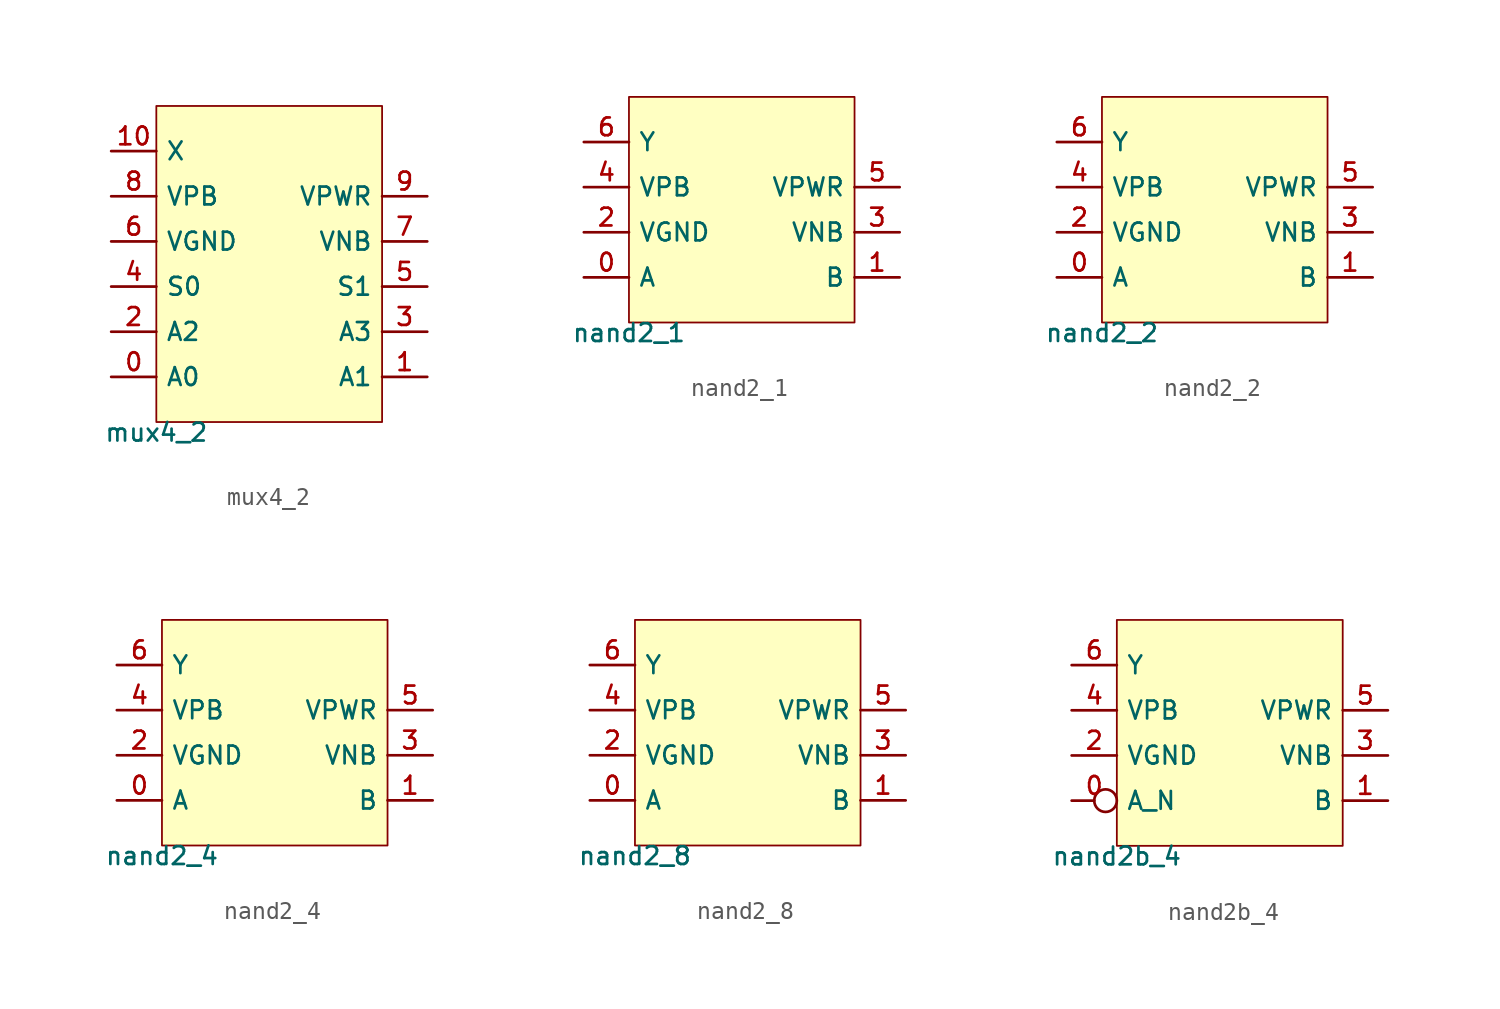
<source format=kicad_sym>
(kicad_symbol_lib
  (version 20211014)
  (generator pdk2kicad)
  (symbol "mux4_2"
    (property "Reference" "X"
      (at 0 0 0)
      (effects (font (size 1 1)) hide))
    (property "Value" "mux4_2"
      (at -6.35 -8.89 0)
      (effects (font (size 1 1)) (justify top)))
    (rectangle
      (start -6.35 -8.89)
      (end 6.35 8.89)
      (stroke (width 0.1) (type solid) (color 0 0 0 0))
      (fill (type background)))
    (pin bidirectional line
      (at -8.89 -6.35 0)
      (length 2.54)
      (name "A0" (effects (font (size 1 1)) hide))
      (number "0" (effects (font (size 1 1)) hide)))
    (pin bidirectional line
      (at 8.89 -6.35 180)
      (length 2.54)
      (name "A1" (effects (font (size 1 1)) hide))
      (number "1" (effects (font (size 1 1)) hide)))
    (pin bidirectional line
      (at -8.89 -3.81 0)
      (length 2.54)
      (name "A2" (effects (font (size 1 1)) hide))
      (number "2" (effects (font (size 1 1)) hide)))
    (pin bidirectional line
      (at 8.89 -3.81 180)
      (length 2.54)
      (name "A3" (effects (font (size 1 1)) hide))
      (number "3" (effects (font (size 1 1)) hide)))
    (pin bidirectional line
      (at -8.89 -1.27 0)
      (length 2.54)
      (name "S0" (effects (font (size 1 1)) hide))
      (number "4" (effects (font (size 1 1)) hide)))
    (pin bidirectional line
      (at 8.89 -1.27 180)
      (length 2.54)
      (name "S1" (effects (font (size 1 1)) hide))
      (number "5" (effects (font (size 1 1)) hide)))
    (pin bidirectional line
      (at -8.89 1.27 0)
      (length 2.54)
      (name "VGND" (effects (font (size 1 1)) hide))
      (number "6" (effects (font (size 1 1)) hide)))
    (pin bidirectional line
      (at 8.89 1.27 180)
      (length 2.54)
      (name "VNB" (effects (font (size 1 1)) hide))
      (number "7" (effects (font (size 1 1)) hide)))
    (pin bidirectional line
      (at -8.89 3.81 0)
      (length 2.54)
      (name "VPB" (effects (font (size 1 1)) hide))
      (number "8" (effects (font (size 1 1)) hide)))
    (pin bidirectional line
      (at 8.89 3.81 180)
      (length 2.54)
      (name "VPWR" (effects (font (size 1 1)) hide))
      (number "9" (effects (font (size 1 1)) hide)))
    (pin bidirectional line
      (at -8.89 6.35 0)
      (length 2.54)
      (name "X" (effects (font (size 1 1)) hide))
      (number "10" (effects (font (size 1 1)) hide))))
  (symbol "nand2_1"
    (property "Reference" "X"
      (at 0 0 0)
      (effects (font (size 1 1)) hide))
    (property "Value" "nand2_1"
      (at -6.35 -6.35 0)
      (effects (font (size 1 1)) (justify top)))
    (rectangle
      (start -6.35 -6.35)
      (end 6.35 6.35)
      (stroke (width 0.1) (type solid) (color 0 0 0 0))
      (fill (type background)))
    (pin bidirectional line
      (at -8.89 -3.81 0)
      (length 2.54)
      (name "A" (effects (font (size 1 1)) hide))
      (number "0" (effects (font (size 1 1)) hide)))
    (pin bidirectional line
      (at 8.89 -3.81 180)
      (length 2.54)
      (name "B" (effects (font (size 1 1)) hide))
      (number "1" (effects (font (size 1 1)) hide)))
    (pin bidirectional line
      (at -8.89 -1.27 0)
      (length 2.54)
      (name "VGND" (effects (font (size 1 1)) hide))
      (number "2" (effects (font (size 1 1)) hide)))
    (pin bidirectional line
      (at 8.89 -1.27 180)
      (length 2.54)
      (name "VNB" (effects (font (size 1 1)) hide))
      (number "3" (effects (font (size 1 1)) hide)))
    (pin bidirectional line
      (at -8.89 1.27 0)
      (length 2.54)
      (name "VPB" (effects (font (size 1 1)) hide))
      (number "4" (effects (font (size 1 1)) hide)))
    (pin bidirectional line
      (at 8.89 1.27 180)
      (length 2.54)
      (name "VPWR" (effects (font (size 1 1)) hide))
      (number "5" (effects (font (size 1 1)) hide)))
    (pin bidirectional line
      (at -8.89 3.81 0)
      (length 2.54)
      (name "Y" (effects (font (size 1 1)) hide))
      (number "6" (effects (font (size 1 1)) hide))))
  (symbol "nand2_2"
    (property "Reference" "X"
      (at 0 0 0)
      (effects (font (size 1 1)) hide))
    (property "Value" "nand2_2"
      (at -6.35 -6.35 0)
      (effects (font (size 1 1)) (justify top)))
    (rectangle
      (start -6.35 -6.35)
      (end 6.35 6.35)
      (stroke (width 0.1) (type solid) (color 0 0 0 0))
      (fill (type background)))
    (pin bidirectional line
      (at -8.89 -3.81 0)
      (length 2.54)
      (name "A" (effects (font (size 1 1)) hide))
      (number "0" (effects (font (size 1 1)) hide)))
    (pin bidirectional line
      (at 8.89 -3.81 180)
      (length 2.54)
      (name "B" (effects (font (size 1 1)) hide))
      (number "1" (effects (font (size 1 1)) hide)))
    (pin bidirectional line
      (at -8.89 -1.27 0)
      (length 2.54)
      (name "VGND" (effects (font (size 1 1)) hide))
      (number "2" (effects (font (size 1 1)) hide)))
    (pin bidirectional line
      (at 8.89 -1.27 180)
      (length 2.54)
      (name "VNB" (effects (font (size 1 1)) hide))
      (number "3" (effects (font (size 1 1)) hide)))
    (pin bidirectional line
      (at -8.89 1.27 0)
      (length 2.54)
      (name "VPB" (effects (font (size 1 1)) hide))
      (number "4" (effects (font (size 1 1)) hide)))
    (pin bidirectional line
      (at 8.89 1.27 180)
      (length 2.54)
      (name "VPWR" (effects (font (size 1 1)) hide))
      (number "5" (effects (font (size 1 1)) hide)))
    (pin bidirectional line
      (at -8.89 3.81 0)
      (length 2.54)
      (name "Y" (effects (font (size 1 1)) hide))
      (number "6" (effects (font (size 1 1)) hide))))
  (symbol "nand2_4"
    (property "Reference" "X"
      (at 0 0 0)
      (effects (font (size 1 1)) hide))
    (property "Value" "nand2_4"
      (at -6.35 -6.35 0)
      (effects (font (size 1 1)) (justify top)))
    (rectangle
      (start -6.35 -6.35)
      (end 6.35 6.35)
      (stroke (width 0.1) (type solid) (color 0 0 0 0))
      (fill (type background)))
    (pin bidirectional line
      (at -8.89 -3.81 0)
      (length 2.54)
      (name "A" (effects (font (size 1 1)) hide))
      (number "0" (effects (font (size 1 1)) hide)))
    (pin bidirectional line
      (at 8.89 -3.81 180)
      (length 2.54)
      (name "B" (effects (font (size 1 1)) hide))
      (number "1" (effects (font (size 1 1)) hide)))
    (pin bidirectional line
      (at -8.89 -1.27 0)
      (length 2.54)
      (name "VGND" (effects (font (size 1 1)) hide))
      (number "2" (effects (font (size 1 1)) hide)))
    (pin bidirectional line
      (at 8.89 -1.27 180)
      (length 2.54)
      (name "VNB" (effects (font (size 1 1)) hide))
      (number "3" (effects (font (size 1 1)) hide)))
    (pin bidirectional line
      (at -8.89 1.27 0)
      (length 2.54)
      (name "VPB" (effects (font (size 1 1)) hide))
      (number "4" (effects (font (size 1 1)) hide)))
    (pin bidirectional line
      (at 8.89 1.27 180)
      (length 2.54)
      (name "VPWR" (effects (font (size 1 1)) hide))
      (number "5" (effects (font (size 1 1)) hide)))
    (pin bidirectional line
      (at -8.89 3.81 0)
      (length 2.54)
      (name "Y" (effects (font (size 1 1)) hide))
      (number "6" (effects (font (size 1 1)) hide))))
  (symbol "nand2_8"
    (property "Reference" "X"
      (at 0 0 0)
      (effects (font (size 1 1)) hide))
    (property "Value" "nand2_8"
      (at -6.35 -6.35 0)
      (effects (font (size 1 1)) (justify top)))
    (rectangle
      (start -6.35 -6.35)
      (end 6.35 6.35)
      (stroke (width 0.1) (type solid) (color 0 0 0 0))
      (fill (type background)))
    (pin bidirectional line
      (at -8.89 -3.81 0)
      (length 2.54)
      (name "A" (effects (font (size 1 1)) hide))
      (number "0" (effects (font (size 1 1)) hide)))
    (pin bidirectional line
      (at 8.89 -3.81 180)
      (length 2.54)
      (name "B" (effects (font (size 1 1)) hide))
      (number "1" (effects (font (size 1 1)) hide)))
    (pin bidirectional line
      (at -8.89 -1.27 0)
      (length 2.54)
      (name "VGND" (effects (font (size 1 1)) hide))
      (number "2" (effects (font (size 1 1)) hide)))
    (pin bidirectional line
      (at 8.89 -1.27 180)
      (length 2.54)
      (name "VNB" (effects (font (size 1 1)) hide))
      (number "3" (effects (font (size 1 1)) hide)))
    (pin bidirectional line
      (at -8.89 1.27 0)
      (length 2.54)
      (name "VPB" (effects (font (size 1 1)) hide))
      (number "4" (effects (font (size 1 1)) hide)))
    (pin bidirectional line
      (at 8.89 1.27 180)
      (length 2.54)
      (name "VPWR" (effects (font (size 1 1)) hide))
      (number "5" (effects (font (size 1 1)) hide)))
    (pin bidirectional line
      (at -8.89 3.81 0)
      (length 2.54)
      (name "Y" (effects (font (size 1 1)) hide))
      (number "6" (effects (font (size 1 1)) hide))))
  (symbol "nand2b_4"
    (property "Reference" "X"
      (at 0 0 0)
      (effects (font (size 1 1)) hide))
    (property "Value" "nand2b_4"
      (at -6.35 -6.35 0)
      (effects (font (size 1 1)) (justify top)))
    (rectangle
      (start -6.35 -6.35)
      (end 6.35 6.35)
      (stroke (width 0.1) (type solid) (color 0 0 0 0))
      (fill (type background)))
    (pin bidirectional inverted
      (at -8.89 -3.81 0)
      (length 2.54)
      (name "A_N" (effects (font (size 1 1)) hide))
      (number "0" (effects (font (size 1 1)) hide)))
    (pin bidirectional line
      (at 8.89 -3.81 180)
      (length 2.54)
      (name "B" (effects (font (size 1 1)) hide))
      (number "1" (effects (font (size 1 1)) hide)))
    (pin bidirectional line
      (at -8.89 -1.27 0)
      (length 2.54)
      (name "VGND" (effects (font (size 1 1)) hide))
      (number "2" (effects (font (size 1 1)) hide)))
    (pin bidirectional line
      (at 8.89 -1.27 180)
      (length 2.54)
      (name "VNB" (effects (font (size 1 1)) hide))
      (number "3" (effects (font (size 1 1)) hide)))
    (pin bidirectional line
      (at -8.89 1.27 0)
      (length 2.54)
      (name "VPB" (effects (font (size 1 1)) hide))
      (number "4" (effects (font (size 1 1)) hide)))
    (pin bidirectional line
      (at 8.89 1.27 180)
      (length 2.54)
      (name "VPWR" (effects (font (size 1 1)) hide))
      (number "5" (effects (font (size 1 1)) hide)))
    (pin bidirectional line
      (at -8.89 3.81 0)
      (length 2.54)
      (name "Y" (effects (font (size 1 1)) hide))
      (number "6" (effects (font (size 1 1)) hide)))))
</source>
